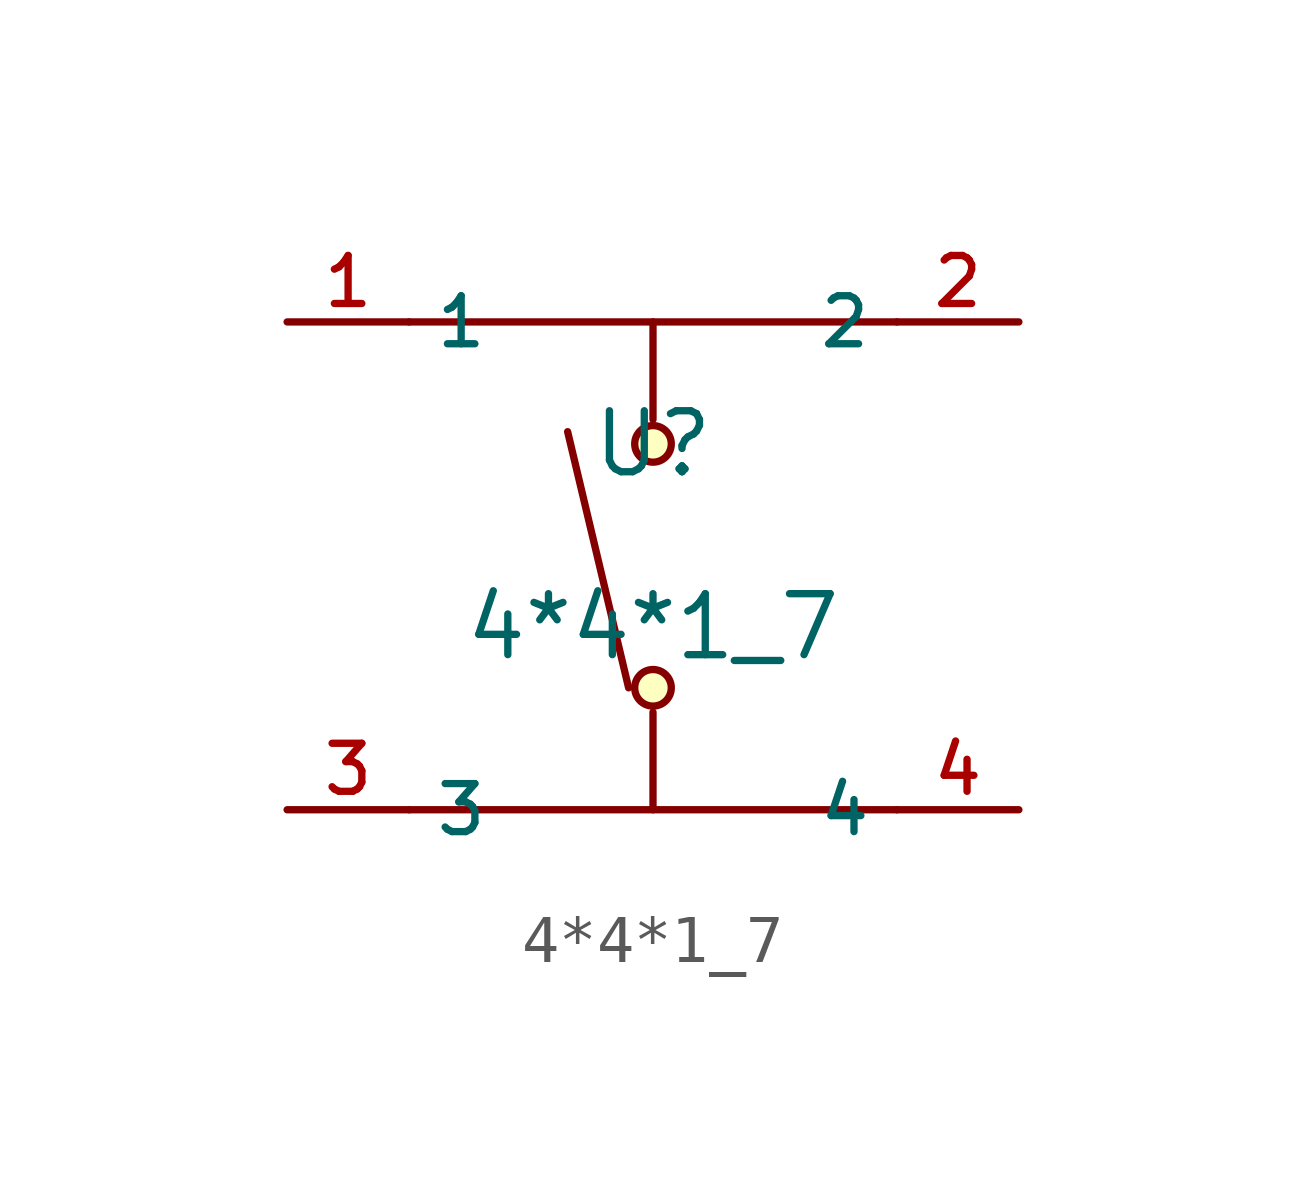
<source format=kicad_sym>
(kicad_symbol_lib
  (version 20210201)
  (generator TousstNicolas/JLC2KiCad_lib)
  (symbol "4*4*1_7"
    (property "Reference" "U"
      (at 0 1.27 0)
      (effects (font (size 1.27 1.27))))
    (property "Value" "4*4*1_7"
      (at 0 -2.54 0)
      (effects (font (size 1.27 1.27))))
    (symbol "4*4*1_7_0_1"
      (circle (center 0.0 -3.81) (radius 0.381) (stroke (width 0) (type default) (color 0 0 0 0)) (fill (type background)))
      (circle (center 0.0 1.27) (radius 0.381) (stroke (width 0) (type default) (color 0 0 0 0)) (fill (type background)))
      (polyline (pts (xy 0.0 1.778) (xy 0.0 3.81)) (stroke (width 0) (type default) (color 0 0 0 0)) (fill (type none)))
      (polyline (pts (xy 0.0 -4.318) (xy 0.0 -6.35)) (stroke (width 0) (type default) (color 0 0 0 0)) (fill (type none)))
      (polyline (pts (xy -0.508 -3.81) (xy -1.778 1.524)) (stroke (width 0) (type default) (color 0 0 0 0)) (fill (type none)))
      (polyline (pts (xy -5.08 -6.35) (xy 5.08 -6.35)) (stroke (width 0) (type default) (color 0 0 0 0)) (fill (type none)))
      (polyline (pts (xy -5.08 3.81) (xy 5.08 3.81)) (stroke (width 0) (type default) (color 0 0 0 0)) (fill (type none)))
      (pin unspecified line (at -7.62 3.81 0) (length 2.54) (name "1" (effects (font (size 1 1)))) (number "1" (effects (font (size 1 1)))))
      (pin unspecified line (at 7.62 3.81 180) (length 2.54) (name "2" (effects (font (size 1 1)))) (number "2" (effects (font (size 1 1)))))
      (pin unspecified line (at -7.62 -6.35 0) (length 2.54) (name "3" (effects (font (size 1 1)))) (number "3" (effects (font (size 1 1)))))
      (pin unspecified line (at 7.62 -6.35 180) (length 2.54) (name "4" (effects (font (size 1 1)))) (number "4" (effects (font (size 1 1))))))))
</source>
